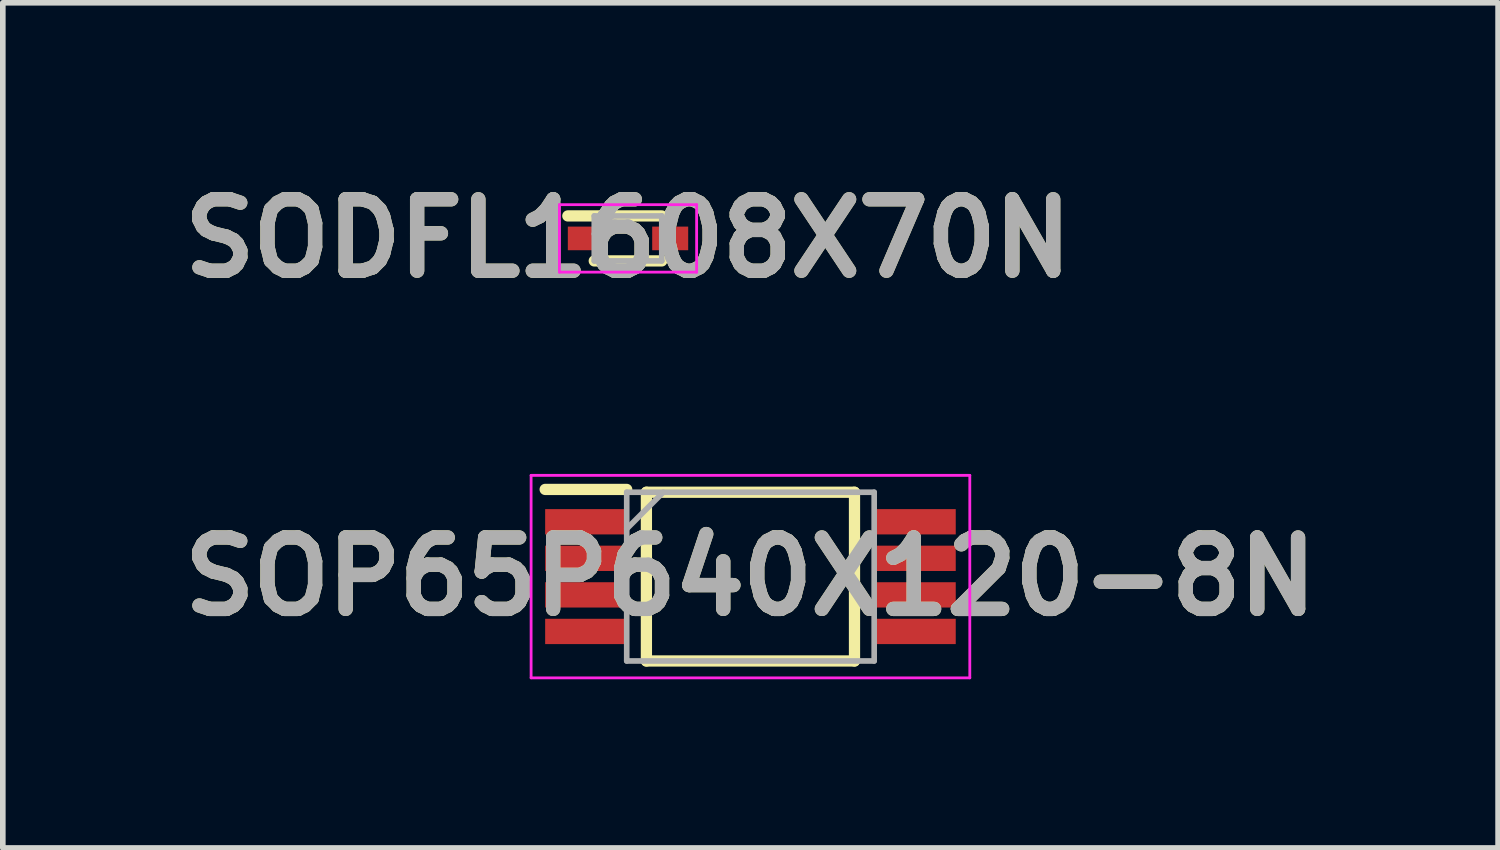
<source format=kicad_pcb>
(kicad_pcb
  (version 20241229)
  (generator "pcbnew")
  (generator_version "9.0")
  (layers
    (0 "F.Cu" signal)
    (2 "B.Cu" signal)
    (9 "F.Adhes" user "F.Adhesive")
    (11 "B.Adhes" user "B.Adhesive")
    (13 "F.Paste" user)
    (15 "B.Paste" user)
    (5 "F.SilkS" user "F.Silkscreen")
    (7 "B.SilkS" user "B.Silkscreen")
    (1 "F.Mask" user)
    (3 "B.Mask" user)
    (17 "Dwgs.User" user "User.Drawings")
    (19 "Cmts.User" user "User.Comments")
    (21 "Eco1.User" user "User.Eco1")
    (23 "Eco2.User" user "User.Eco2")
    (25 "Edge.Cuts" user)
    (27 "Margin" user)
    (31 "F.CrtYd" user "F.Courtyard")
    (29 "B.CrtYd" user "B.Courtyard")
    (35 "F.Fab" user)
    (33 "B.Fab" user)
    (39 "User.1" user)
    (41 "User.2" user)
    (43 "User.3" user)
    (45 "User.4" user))
  (footprint "SODFL1608X70N"
    (layer "F.Cu")
    (at 8.116 1.189)
    (property "Reference" "SODFL1608X70N" (at 0 0 0) (layer "F.SilkS") (effects (font (size 1.27 1.27) (thickness 0.254))))
    (attr smd)
    (fp_line (start -1.07 -0.4) (end 0.6 -0.4) (stroke (width 0.2) (type solid)) (layer "F.SilkS"))
    (fp_line (start -0.6 0.4) (end 0.6 0.4) (stroke (width 0.2) (type solid)) (layer "F.SilkS"))
    (fp_line (start -1.22 -0.6) (end 1.22 -0.6) (stroke (width 0.05) (type solid)) (layer "F.CrtYd"))
    (fp_line (start -1.22 0.6) (end -1.22 -0.6) (stroke (width 0.05) (type solid)) (layer "F.CrtYd"))
    (fp_line (start 1.22 -0.6) (end 1.22 0.6) (stroke (width 0.05) (type solid)) (layer "F.CrtYd"))
    (fp_line (start 1.22 0.6) (end -1.22 0.6) (stroke (width 0.05) (type solid)) (layer "F.CrtYd"))
    (fp_line (start -0.6 -0.4) (end 0.6 -0.4) (stroke (width 0.1) (type solid)) (layer "F.Fab"))
    (fp_line (start -0.6 -0.08) (end -0.28 -0.4) (stroke (width 0.1) (type solid)) (layer "F.Fab"))
    (fp_line (start -0.6 0.4) (end -0.6 -0.4) (stroke (width 0.1) (type solid)) (layer "F.Fab"))
    (fp_line (start 0.6 -0.4) (end 0.6 0.4) (stroke (width 0.1) (type solid)) (layer "F.Fab"))
    (fp_line (start 0.6 0.4) (end -0.6 0.4) (stroke (width 0.1) (type solid)) (layer "F.Fab"))
    (fp_text user "${REFERENCE}" (at 0 0 0) (layer "F.Fab") (effects (font (size 1.27 1.27) (thickness 0.254))))
    (pad "1" smd rect (at -0.75 0 90) (size 0.42 0.64) (layers "F.Cu" "F.Mask" "F.Paste"))
    (pad "2" smd rect (at 0.75 0 90) (size 0.42 0.64) (layers "F.Cu" "F.Mask" "F.Paste")))
  (footprint "SOP65P640X120-8N"
    (layer "F.Cu")
    (at 10.293 7.202)
    (property "Reference" "SOP65P640X120-8N" (at 0 0 0) (layer "F.SilkS") (effects (font (size 1.27 1.27) (thickness 0.254))))
    (attr smd)
    (fp_line (start -3.65 -1.55) (end -2.2 -1.55) (stroke (width 0.2) (type solid)) (layer "F.SilkS"))
    (fp_line (start -1.85 -1.5) (end 1.85 -1.5) (stroke (width 0.2) (type solid)) (layer "F.SilkS"))
    (fp_line (start -1.85 1.5) (end -1.85 -1.5) (stroke (width 0.2) (type solid)) (layer "F.SilkS"))
    (fp_line (start 1.85 -1.5) (end 1.85 1.5) (stroke (width 0.2) (type solid)) (layer "F.SilkS"))
    (fp_line (start 1.85 1.5) (end -1.85 1.5) (stroke (width 0.2) (type solid)) (layer "F.SilkS"))
    (fp_line (start -3.9 -1.8) (end 3.9 -1.8) (stroke (width 0.05) (type solid)) (layer "F.CrtYd"))
    (fp_line (start -3.9 1.8) (end -3.9 -1.8) (stroke (width 0.05) (type solid)) (layer "F.CrtYd"))
    (fp_line (start 3.9 -1.8) (end 3.9 1.8) (stroke (width 0.05) (type solid)) (layer "F.CrtYd"))
    (fp_line (start 3.9 1.8) (end -3.9 1.8) (stroke (width 0.05) (type solid)) (layer "F.CrtYd"))
    (fp_line (start -2.2 -1.5) (end 2.2 -1.5) (stroke (width 0.1) (type solid)) (layer "F.Fab"))
    (fp_line (start -2.2 -0.85) (end -1.55 -1.5) (stroke (width 0.1) (type solid)) (layer "F.Fab"))
    (fp_line (start -2.2 1.5) (end -2.2 -1.5) (stroke (width 0.1) (type solid)) (layer "F.Fab"))
    (fp_line (start 2.2 -1.5) (end 2.2 1.5) (stroke (width 0.1) (type solid)) (layer "F.Fab"))
    (fp_line (start 2.2 1.5) (end -2.2 1.5) (stroke (width 0.1) (type solid)) (layer "F.Fab"))
    (fp_text user "${REFERENCE}" (at 0 0 0) (layer "F.Fab") (effects (font (size 1.27 1.27) (thickness 0.254))))
    (pad "1" smd rect (at -2.925 -0.975 90) (size 0.45 1.45) (layers "F.Cu" "F.Mask" "F.Paste"))
    (pad "2" smd rect (at -2.925 -0.325 90) (size 0.45 1.45) (layers "F.Cu" "F.Mask" "F.Paste"))
    (pad "3" smd rect (at -2.925 0.325 90) (size 0.45 1.45) (layers "F.Cu" "F.Mask" "F.Paste"))
    (pad "4" smd rect (at -2.925 0.975 90) (size 0.45 1.45) (layers "F.Cu" "F.Mask" "F.Paste"))
    (pad "5" smd rect (at 2.925 0.975 90) (size 0.45 1.45) (layers "F.Cu" "F.Mask" "F.Paste"))
    (pad "6" smd rect (at 2.925 0.325 90) (size 0.45 1.45) (layers "F.Cu" "F.Mask" "F.Paste"))
    (pad "7" smd rect (at 2.925 -0.325 90) (size 0.45 1.45) (layers "F.Cu" "F.Mask" "F.Paste"))
    (pad "8" smd rect (at 2.925 -0.975 90) (size 0.45 1.45) (layers "F.Cu" "F.Mask" "F.Paste")))
  (gr_rect
    (start -3 -3)
    (end 23.586 12.027)
    (stroke (width 0.1) (type default))
    (fill no)
    (layer "Edge.Cuts")))
</source>
